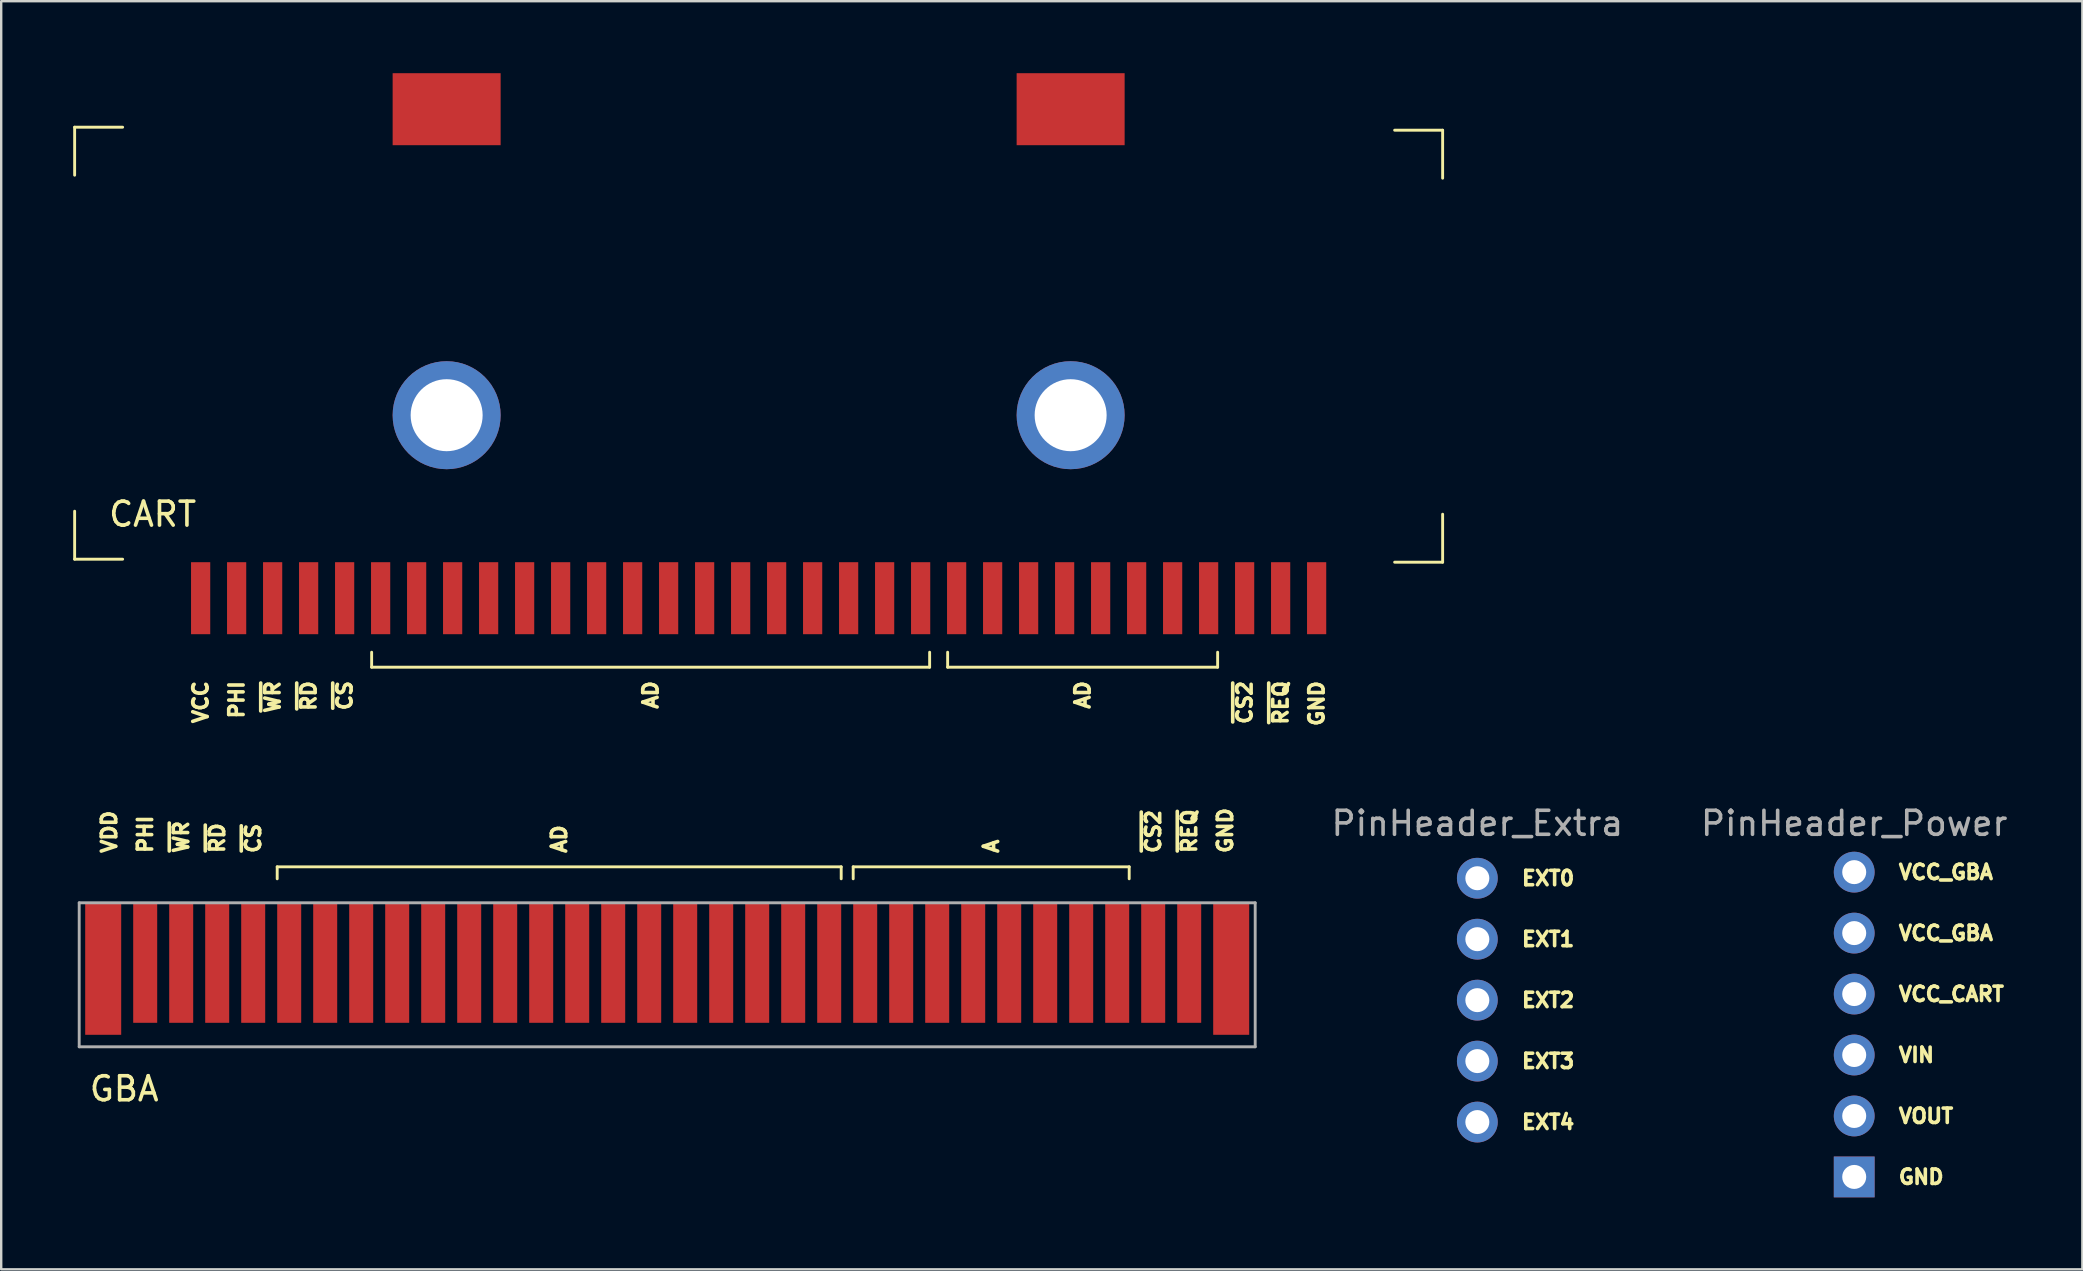
<source format=kicad_pcb>
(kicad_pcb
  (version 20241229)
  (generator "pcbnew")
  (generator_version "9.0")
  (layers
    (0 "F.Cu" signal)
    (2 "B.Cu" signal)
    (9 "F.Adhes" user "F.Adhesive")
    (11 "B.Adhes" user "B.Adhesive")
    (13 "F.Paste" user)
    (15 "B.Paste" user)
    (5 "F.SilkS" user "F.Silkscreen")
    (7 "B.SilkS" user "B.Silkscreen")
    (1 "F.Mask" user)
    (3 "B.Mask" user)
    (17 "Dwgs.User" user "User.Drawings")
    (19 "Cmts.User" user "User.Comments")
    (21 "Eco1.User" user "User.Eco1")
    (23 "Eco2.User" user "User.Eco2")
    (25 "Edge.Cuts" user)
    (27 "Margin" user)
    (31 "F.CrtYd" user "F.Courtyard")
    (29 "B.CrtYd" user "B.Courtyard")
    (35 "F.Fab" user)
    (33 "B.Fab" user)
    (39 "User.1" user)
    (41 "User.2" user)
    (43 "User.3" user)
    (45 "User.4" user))
  (footprint "CART"
    (layer "F.Cu")
    (at 4.06 25.125)
    (property "Reference" "CART" (at -0.75 -6.75 0) (layer "F.SilkS") (effects (font (size 1 1) (thickness 0.15))))
    (attr through_hole)
    (fp_line (start -4 -22.875) (end -4 -20.875) (stroke (width 0.12) (type solid)) (layer "F.SilkS"))
    (fp_line (start -4 -4.875) (end -4 -6.875) (stroke (width 0.12) (type solid)) (layer "F.SilkS"))
    (fp_line (start -2 -22.875) (end -4 -22.875) (stroke (width 0.12) (type solid)) (layer "F.SilkS"))
    (fp_line (start -2 -4.875) (end -4 -4.875) (stroke (width 0.12) (type solid)) (layer "F.SilkS"))
    (fp_line (start 8.375 -1) (end 8.375 -0.375) (stroke (width 0.12) (type solid)) (layer "F.SilkS"))
    (fp_line (start 8.375 -0.375) (end 31.625 -0.375) (stroke (width 0.12) (type solid)) (layer "F.SilkS"))
    (fp_line (start 31.625 -0.375) (end 31.625 -1) (stroke (width 0.12) (type solid)) (layer "F.SilkS"))
    (fp_line (start 32.375 -1) (end 32.375 -0.375) (stroke (width 0.12) (type solid)) (layer "F.SilkS"))
    (fp_line (start 32.375 -0.375) (end 43.625 -0.375) (stroke (width 0.12) (type solid)) (layer "F.SilkS"))
    (fp_line (start 43.625 -0.375) (end 43.625 -1) (stroke (width 0.12) (type solid)) (layer "F.SilkS"))
    (fp_line (start 51 -4.75) (end 53 -4.75) (stroke (width 0.12) (type solid)) (layer "F.SilkS"))
    (fp_line (start 53 -22.75) (end 51 -22.75) (stroke (width 0.12) (type solid)) (layer "F.SilkS"))
    (fp_line (start 53 -20.75) (end 53 -22.75) (stroke (width 0.12) (type solid)) (layer "F.SilkS"))
    (fp_line (start 53 -4.75) (end 53 -6.75) (stroke (width 0.12) (type solid)) (layer "F.SilkS"))
    (fp_text user "~{REQ}" (at 46.25 0.125 90) (layer "F.SilkS") (effects (font (size 0.6 0.6) (thickness 0.15)) (justify right)))
    (fp_text user "~{CS}" (at 7.25 0.125 90) (layer "F.SilkS") (effects (font (size 0.6 0.6) (thickness 0.15)) (justify right)))
    (fp_text user "AD" (at 20 0.125 90) (layer "F.SilkS") (effects (font (size 0.6 0.6) (thickness 0.15)) (justify right)))
    (fp_text user "GND" (at 47.75 0.125 90) (layer "F.SilkS") (effects (font (size 0.6 0.6) (thickness 0.15)) (justify right)))
    (fp_text user "PHI" (at 2.75 0.125 90) (layer "F.SilkS") (effects (font (size 0.6 0.6) (thickness 0.15)) (justify right)))
    (fp_text user "AD" (at 38 0.125 90) (layer "F.SilkS") (effects (font (size 0.6 0.6) (thickness 0.15)) (justify right)))
    (fp_text user "~{CS2}" (at 44.75 0.125 90) (layer "F.SilkS") (effects (font (size 0.6 0.6) (thickness 0.15)) (justify right)))
    (fp_text user "~{WR}" (at 4.25 0.125 90) (layer "F.SilkS") (effects (font (size 0.6 0.6) (thickness 0.15)) (justify right)))
    (fp_text user "~{RD}" (at 5.75 0.125 90) (layer "F.SilkS") (effects (font (size 0.6 0.6) (thickness 0.15)) (justify right)))
    (fp_text user "VCC" (at 1.25 0.125 90) (layer "F.SilkS") (effects (font (size 0.6 0.6) (thickness 0.15)) (justify right)))
    (pad "1" smd rect (at 1.25 -3.25) (size 0.8 3) (layers "F.Cu" "F.Mask" "F.Paste"))
    (pad "2" smd rect (at 2.75 -3.25) (size 0.8 3) (layers "F.Cu" "F.Mask" "F.Paste"))
    (pad "3" smd rect (at 4.25 -3.25) (size 0.8 3) (layers "F.Cu" "F.Mask" "F.Paste"))
    (pad "4" smd rect (at 5.75 -3.25) (size 0.8 3) (layers "F.Cu" "F.Mask" "F.Paste"))
    (pad "5" smd rect (at 7.25 -3.25) (size 0.8 3) (layers "F.Cu" "F.Mask" "F.Paste"))
    (pad "6" smd rect (at 8.75 -3.25) (size 0.8 3) (layers "F.Cu" "F.Mask" "F.Paste"))
    (pad "7" smd rect (at 10.25 -3.25) (size 0.8 3) (layers "F.Cu" "F.Mask" "F.Paste"))
    (pad "8" smd rect (at 11.75 -3.25) (size 0.8 3) (layers "F.Cu" "F.Mask" "F.Paste"))
    (pad "9" smd rect (at 13.25 -3.25) (size 0.8 3) (layers "F.Cu" "F.Mask" "F.Paste"))
    (pad "10" smd rect (at 14.75 -3.25) (size 0.8 3) (layers "F.Cu" "F.Mask" "F.Paste"))
    (pad "11" smd rect (at 16.25 -3.25) (size 0.8 3) (layers "F.Cu" "F.Mask" "F.Paste"))
    (pad "12" smd rect (at 17.75 -3.25) (size 0.8 3) (layers "F.Cu" "F.Mask" "F.Paste"))
    (pad "13" smd rect (at 19.25 -3.25) (size 0.8 3) (layers "F.Cu" "F.Mask" "F.Paste"))
    (pad "14" smd rect (at 20.75 -3.25) (size 0.8 3) (layers "F.Cu" "F.Mask" "F.Paste"))
    (pad "15" smd rect (at 22.25 -3.25) (size 0.8 3) (layers "F.Cu" "F.Mask" "F.Paste"))
    (pad "16" smd rect (at 23.75 -3.25) (size 0.8 3) (layers "F.Cu" "F.Mask" "F.Paste"))
    (pad "17" smd rect (at 25.25 -3.25) (size 0.8 3) (layers "F.Cu" "F.Mask" "F.Paste"))
    (pad "18" smd rect (at 26.75 -3.25) (size 0.8 3) (layers "F.Cu" "F.Mask" "F.Paste"))
    (pad "19" smd rect (at 28.25 -3.25) (size 0.8 3) (layers "F.Cu" "F.Mask" "F.Paste"))
    (pad "20" smd rect (at 29.75 -3.25) (size 0.8 3) (layers "F.Cu" "F.Mask" "F.Paste"))
    (pad "21" smd rect (at 31.25 -3.25) (size 0.8 3) (layers "F.Cu" "F.Mask" "F.Paste"))
    (pad "22" smd rect (at 32.75 -3.25) (size 0.8 3) (layers "F.Cu" "F.Mask" "F.Paste"))
    (pad "23" smd rect (at 34.25 -3.25) (size 0.8 3) (layers "F.Cu" "F.Mask" "F.Paste"))
    (pad "24" smd rect (at 35.75 -3.25) (size 0.8 3) (layers "F.Cu" "F.Mask" "F.Paste"))
    (pad "25" smd rect (at 37.25 -3.25) (size 0.8 3) (layers "F.Cu" "F.Mask" "F.Paste"))
    (pad "26" smd rect (at 38.75 -3.25) (size 0.8 3) (layers "F.Cu" "F.Mask" "F.Paste"))
    (pad "27" smd rect (at 40.25 -3.25) (size 0.8 3) (layers "F.Cu" "F.Mask" "F.Paste"))
    (pad "28" smd rect (at 41.75 -3.25) (size 0.8 3) (layers "F.Cu" "F.Mask" "F.Paste"))
    (pad "29" smd rect (at 43.25 -3.25) (size 0.8 3) (layers "F.Cu" "F.Mask" "F.Paste"))
    (pad "30" smd rect (at 44.75 -3.25) (size 0.8 3) (layers "F.Cu" "F.Mask" "F.Paste"))
    (pad "31" smd rect (at 46.25 -3.25) (size 0.8 3) (layers "F.Cu" "F.Mask" "F.Paste"))
    (pad "32" smd rect (at 11.5 -23.625) (size 4.5 3) (layers "F.Cu" "F.Mask" "F.Paste"))
    (pad "32" thru_hole circle (at 11.5 -10.875) (size 4.5 4.5) (drill 3) (layers "*.Cu" "*.Mask"))
    (pad "32" smd rect (at 37.5 -23.625) (size 4.5 3) (layers "F.Cu" "F.Mask" "F.Paste"))
    (pad "32" thru_hole circle (at 37.5 -10.875) (size 4.5 4.5) (drill 3) (layers "*.Cu" "*.Mask"))
    (pad "32" smd rect (at 47.75 -3.25) (size 0.8 3) (layers "F.Cu" "F.Mask" "F.Paste")))
  (footprint "PinHeader_Power"
    (layer "F.Cu")
    (at 74.209 33.289)
    (property "Reference" "PinHeader_Power" (at 0 -2.032 0) (layer "F.Fab") (effects (font (size 1 1) (thickness 0.15))))
    (attr through_hole)
    (fp_text user "VCC_CART" (at 1.778 5.08 0) (layer "F.SilkS") (effects (font (size 0.6 0.6) (thickness 0.15)) (justify left)))
    (fp_text user "VOUT" (at 1.778 10.16 0) (layer "F.SilkS") (effects (font (size 0.6 0.6) (thickness 0.15)) (justify left)))
    (fp_text user "GND" (at 1.778 12.7 0) (layer "F.SilkS") (effects (font (size 0.6 0.6) (thickness 0.15)) (justify left)))
    (fp_text user "VCC_GBA" (at 1.778 0 0) (layer "F.SilkS") (effects (font (size 0.6 0.6) (thickness 0.15)) (justify left)))
    (fp_text user "VCC_GBA" (at 1.778 2.54 0) (layer "F.SilkS") (effects (font (size 0.6 0.6) (thickness 0.15)) (justify left)))
    (fp_text user "VIN" (at 1.778 7.62 0) (layer "F.SilkS") (effects (font (size 0.6 0.6) (thickness 0.15)) (justify left)))
    (pad "1" thru_hole circle (at 0 0) (size 1.7 1.7) (drill 1) (layers "*.Cu" "*.Mask"))
    (pad "2" thru_hole oval (at 0 2.54) (size 1.7 1.7) (drill 1) (layers "*.Cu" "*.Mask"))
    (pad "3" thru_hole oval (at 0 5.08) (size 1.7 1.7) (drill 1) (layers "*.Cu" "*.Mask"))
    (pad "4" thru_hole oval (at 0 7.62) (size 1.7 1.7) (drill 1) (layers "*.Cu" "*.Mask"))
    (pad "5" thru_hole oval (at 0 10.16) (size 1.7 1.7) (drill 1) (layers "*.Cu" "*.Mask"))
    (pad "6" thru_hole rect (at 0 12.7) (size 1.7 1.7) (drill 1) (layers "*.Cu" "*.Mask")))
  (footprint "PinHeader_Extra"
    (layer "F.Cu")
    (at 58.506 33.543)
    (property "Reference" "PinHeader_Extra" (at 0 -2.286 0) (layer "F.Fab") (effects (font (size 1 1) (thickness 0.15))))
    (attr through_hole)
    (fp_text user "EXT1" (at 1.778 2.54 0) (layer "F.SilkS") (effects (font (size 0.6 0.6) (thickness 0.15)) (justify left)))
    (fp_text user "EXT0" (at 1.778 0 0) (layer "F.SilkS") (effects (font (size 0.6 0.6) (thickness 0.15)) (justify left)))
    (fp_text user "EXT2" (at 1.778 5.08 0) (layer "F.SilkS") (effects (font (size 0.6 0.6) (thickness 0.15)) (justify left)))
    (fp_text user "EXT3" (at 1.778 7.62 0) (layer "F.SilkS") (effects (font (size 0.6 0.6) (thickness 0.15)) (justify left)))
    (fp_text user "EXT4" (at 1.778 10.16 0) (layer "F.SilkS") (effects (font (size 0.6 0.6) (thickness 0.15)) (justify left)))
    (pad "1" thru_hole circle (at 0 0) (size 1.7 1.7) (drill 1) (layers "*.Cu" "*.Mask"))
    (pad "2" thru_hole oval (at 0 2.54) (size 1.7 1.7) (drill 1) (layers "*.Cu" "*.Mask"))
    (pad "3" thru_hole oval (at 0 5.08) (size 1.7 1.7) (drill 1) (layers "*.Cu" "*.Mask"))
    (pad "4" thru_hole oval (at 0 7.62) (size 1.7 1.7) (drill 1) (layers "*.Cu" "*.Mask"))
    (pad "5" thru_hole oval (at 0 10.16) (size 1.7 1.7) (drill 1) (layers "*.Cu" "*.Mask")))
  (footprint "GBA"
    (layer "F.Cu")
    (at 0.25 40.567)
    (property "Reference" "GBA" (at 1.875 1.75 0) (layer "F.SilkS") (effects (font (size 1 1) (thickness 0.15))))
    (attr through_hole)
    (fp_line (start 8.25 -7.5) (end 31.75 -7.5) (stroke (width 0.12) (type solid)) (layer "F.SilkS"))
    (fp_line (start 8.25 -7) (end 8.25 -7.5) (stroke (width 0.12) (type solid)) (layer "F.SilkS"))
    (fp_line (start 31.75 -7.5) (end 31.75 -7) (stroke (width 0.12) (type solid)) (layer "F.SilkS"))
    (fp_line (start 32.25 -7.5) (end 43.75 -7.5) (stroke (width 0.12) (type solid)) (layer "F.SilkS"))
    (fp_line (start 32.25 -7) (end 32.25 -7.5) (stroke (width 0.12) (type solid)) (layer "F.SilkS"))
    (fp_line (start 43.75 -7.5) (end 43.75 -7) (stroke (width 0.12) (type solid)) (layer "F.SilkS"))
    (fp_line (start 0 -6) (end 0 0) (stroke (width 0.12) (type solid)) (layer "F.Fab"))
    (fp_line (start 0 0) (end 49 0) (stroke (width 0.12) (type solid)) (layer "F.Fab"))
    (fp_line (start 49 -6) (end 0 -6) (stroke (width 0.12) (type solid)) (layer "F.Fab"))
    (fp_line (start 49 0) (end 49 -6) (stroke (width 0.12) (type solid)) (layer "F.Fab"))
    (fp_text user "AD" (at 20 -8 90) (layer "F.SilkS") (effects (font (size 0.6 0.6) (thickness 0.15)) (justify left)))
    (fp_text user "PHI" (at 2.75 -8 90) (layer "F.SilkS") (effects (font (size 0.6 0.6) (thickness 0.15)) (justify left)))
    (fp_text user "~{CS}" (at 7.25 -8 90) (layer "F.SilkS") (effects (font (size 0.6 0.6) (thickness 0.15)) (justify left)))
    (fp_text user "~{RD}" (at 5.75 -8 90) (layer "F.SilkS") (effects (font (size 0.6 0.6) (thickness 0.15)) (justify left)))
    (fp_text user "~{REQ}" (at 46.25 -8 90) (layer "F.SilkS") (effects (font (size 0.6 0.6) (thickness 0.15)) (justify left)))
    (fp_text user "~{CS2}" (at 44.75 -8 90) (layer "F.SilkS") (effects (font (size 0.6 0.6) (thickness 0.15)) (justify left)))
    (fp_text user "A" (at 38 -8 90) (layer "F.SilkS") (effects (font (size 0.6 0.6) (thickness 0.15)) (justify left)))
    (fp_text user "GND" (at 47.75 -8 90) (layer "F.SilkS") (effects (font (size 0.6 0.6) (thickness 0.15)) (justify left)))
    (fp_text user "~{WR}" (at 4.25 -8 90) (layer "F.SilkS") (effects (font (size 0.6 0.6) (thickness 0.15)) (justify left)))
    (fp_text user "VDD" (at 1.25 -8 90) (layer "F.SilkS") (effects (font (size 0.6 0.6) (thickness 0.15)) (justify left)))
    (pad "1" smd rect (at 1 -3.25) (size 1.5 5.5) (layers "F.Cu" "F.Mask" "F.Paste"))
    (pad "2" smd rect (at 2.75 -3.5) (size 1 5) (layers "F.Cu" "F.Mask" "F.Paste"))
    (pad "3" smd rect (at 4.25 -3.5) (size 1 5) (layers "F.Cu" "F.Mask" "F.Paste"))
    (pad "4" smd rect (at 5.75 -3.5) (size 1 5) (layers "F.Cu" "F.Mask" "F.Paste"))
    (pad "5" smd rect (at 7.25 -3.5) (size 1 5) (layers "F.Cu" "F.Mask" "F.Paste"))
    (pad "6" smd rect (at 8.75 -3.5) (size 1 5) (layers "F.Cu" "F.Mask" "F.Paste"))
    (pad "7" smd rect (at 10.25 -3.5) (size 1 5) (layers "F.Cu" "F.Mask" "F.Paste"))
    (pad "8" smd rect (at 11.75 -3.5) (size 1 5) (layers "F.Cu" "F.Mask" "F.Paste"))
    (pad "9" smd rect (at 13.25 -3.5) (size 1 5) (layers "F.Cu" "F.Mask" "F.Paste"))
    (pad "10" smd rect (at 14.75 -3.5) (size 1 5) (layers "F.Cu" "F.Mask" "F.Paste"))
    (pad "11" smd rect (at 16.25 -3.5) (size 1 5) (layers "F.Cu" "F.Mask" "F.Paste"))
    (pad "12" smd rect (at 17.75 -3.5) (size 1 5) (layers "F.Cu" "F.Mask" "F.Paste"))
    (pad "13" smd rect (at 19.25 -3.5) (size 1 5) (layers "F.Cu" "F.Mask" "F.Paste"))
    (pad "14" smd rect (at 20.75 -3.5) (size 1 5) (layers "F.Cu" "F.Mask" "F.Paste"))
    (pad "15" smd rect (at 22.25 -3.5) (size 1 5) (layers "F.Cu" "F.Mask" "F.Paste"))
    (pad "16" smd rect (at 23.75 -3.5) (size 1 5) (layers "F.Cu" "F.Mask" "F.Paste"))
    (pad "17" smd rect (at 25.25 -3.5) (size 1 5) (layers "F.Cu" "F.Mask" "F.Paste"))
    (pad "18" smd rect (at 26.75 -3.5) (size 1 5) (layers "F.Cu" "F.Mask" "F.Paste"))
    (pad "19" smd rect (at 28.25 -3.5) (size 1 5) (layers "F.Cu" "F.Mask" "F.Paste"))
    (pad "20" smd rect (at 29.75 -3.5) (size 1 5) (layers "F.Cu" "F.Mask" "F.Paste"))
    (pad "21" smd rect (at 31.25 -3.5) (size 1 5) (layers "F.Cu" "F.Mask" "F.Paste"))
    (pad "22" smd rect (at 32.75 -3.5) (size 1 5) (layers "F.Cu" "F.Mask" "F.Paste"))
    (pad "23" smd rect (at 34.25 -3.5) (size 1 5) (layers "F.Cu" "F.Mask" "F.Paste"))
    (pad "24" smd rect (at 35.75 -3.5) (size 1 5) (layers "F.Cu" "F.Mask" "F.Paste"))
    (pad "25" smd rect (at 37.25 -3.5) (size 1 5) (layers "F.Cu" "F.Mask" "F.Paste"))
    (pad "26" smd rect (at 38.75 -3.5) (size 1 5) (layers "F.Cu" "F.Mask" "F.Paste"))
    (pad "27" smd rect (at 40.25 -3.5) (size 1 5) (layers "F.Cu" "F.Mask" "F.Paste"))
    (pad "28" smd rect (at 41.75 -3.5) (size 1 5) (layers "F.Cu" "F.Mask" "F.Paste"))
    (pad "29" smd rect (at 43.25 -3.5) (size 1 5) (layers "F.Cu" "F.Mask" "F.Paste"))
    (pad "30" smd rect (at 44.75 -3.5) (size 1 5) (layers "F.Cu" "F.Mask" "F.Paste"))
    (pad "31" smd rect (at 46.25 -3.5) (size 1 5) (layers "F.Cu" "F.Mask" "F.Paste"))
    (pad "32" smd rect (at 48 -3.25) (size 1.5 5.5) (layers "F.Cu" "F.Mask" "F.Paste")))
  (gr_rect
    (start -3 -3)
    (end 83.715 49.839)
    (stroke (width 0.1) (type default))
    (fill no)
    (layer "Edge.Cuts")))
</source>
